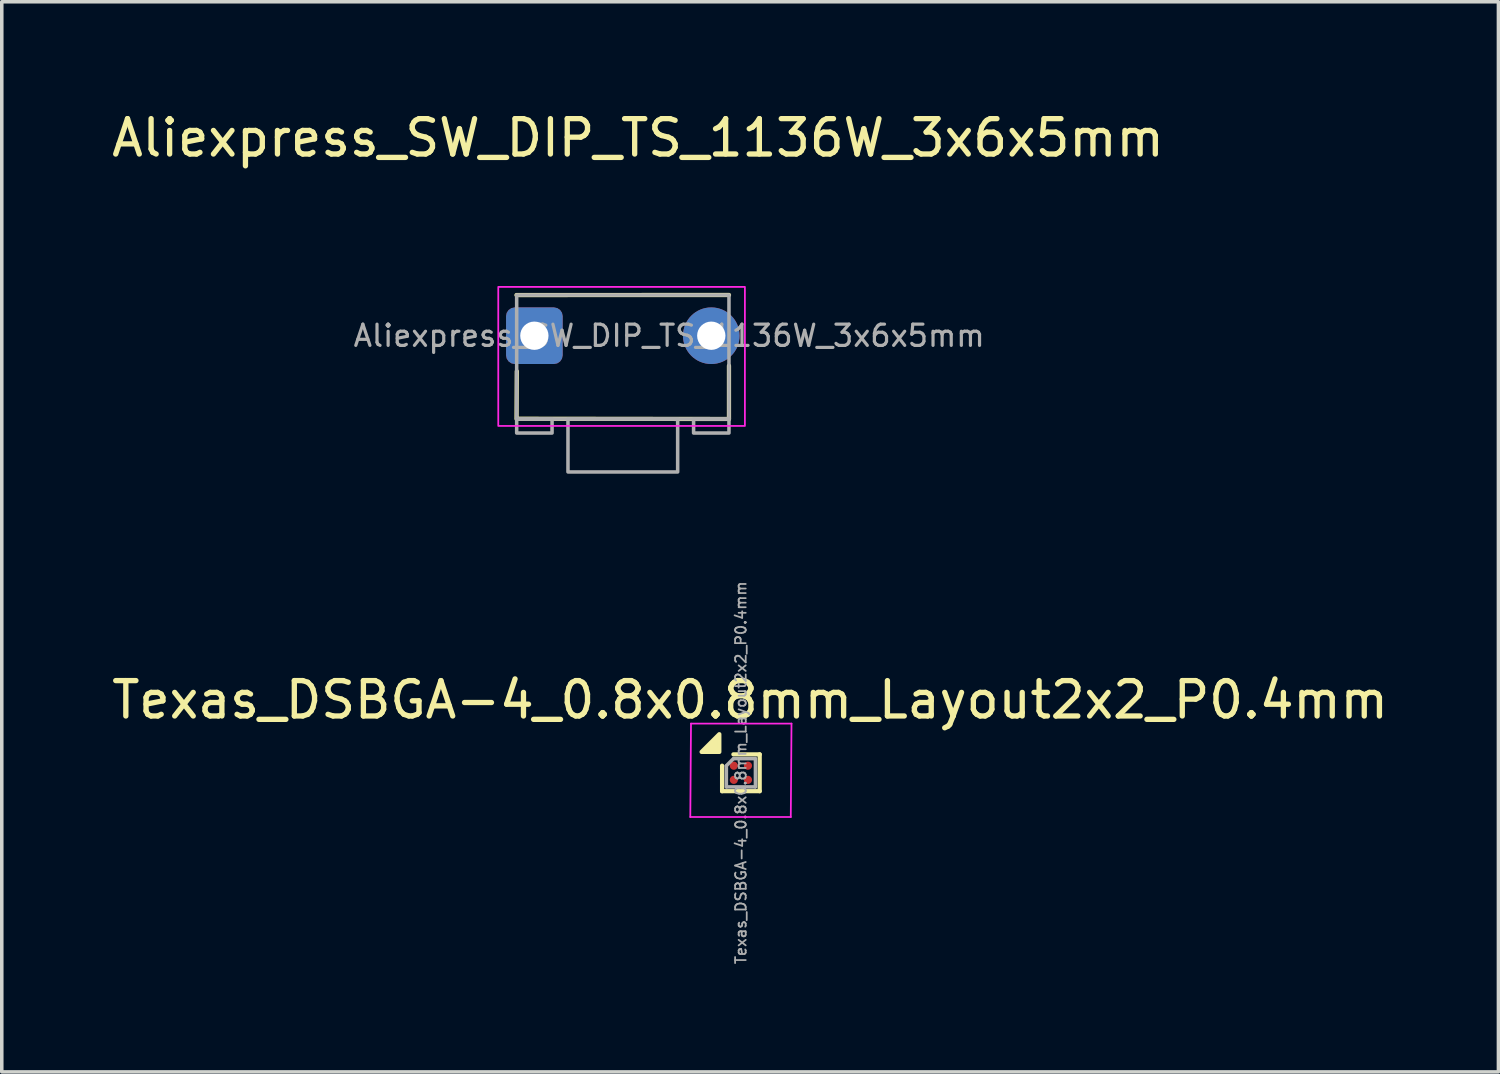
<source format=kicad_pcb>
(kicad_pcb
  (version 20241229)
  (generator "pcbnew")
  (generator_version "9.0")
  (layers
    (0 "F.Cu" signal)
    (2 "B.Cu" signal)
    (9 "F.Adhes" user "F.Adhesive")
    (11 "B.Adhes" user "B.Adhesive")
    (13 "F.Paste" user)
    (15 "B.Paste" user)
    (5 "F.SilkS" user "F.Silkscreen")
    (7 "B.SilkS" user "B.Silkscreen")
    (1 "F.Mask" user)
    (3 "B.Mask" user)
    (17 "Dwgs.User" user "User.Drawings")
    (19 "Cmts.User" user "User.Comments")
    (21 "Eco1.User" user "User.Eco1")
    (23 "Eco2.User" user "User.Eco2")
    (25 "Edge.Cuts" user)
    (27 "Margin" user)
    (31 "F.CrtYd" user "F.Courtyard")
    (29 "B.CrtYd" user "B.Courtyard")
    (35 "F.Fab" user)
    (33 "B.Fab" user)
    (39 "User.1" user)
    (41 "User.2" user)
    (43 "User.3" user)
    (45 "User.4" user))
  (footprint "Texas_DSBGA-4_0.8x0.8mm_Layout2x2_P0.4mm"
    (layer "F.Cu")
    (at 17.889 18.79)
    (property "Reference" "Texas_DSBGA-4_0.8x0.8mm_Layout2x2_P0.4mm" (at 0.26 -2.06 0) (layer "F.SilkS") (effects (font (size 1 1) (thickness 0.15))))
    (attr smd)
    (fp_line (start -0.531 -0.2) (end -0.531 0.52) (stroke (width 0.12) (type solid)) (layer "F.SilkS"))
    (fp_line (start -0.531 0.52) (end 0.531 0.52) (stroke (width 0.12) (type solid)) (layer "F.SilkS"))
    (fp_line (start 0.531 -0.52) (end -0.211 -0.52) (stroke (width 0.12) (type solid)) (layer "F.SilkS"))
    (fp_line (start 0.531 -0.52) (end 0.531 0.52) (stroke (width 0.12) (type solid)) (layer "F.SilkS"))
    (fp_poly (pts (xy -0.61 -0.59) (xy -1.11 -0.59) (xy -0.61 -1.09) (xy -0.61 -0.59)) (stroke (width 0.12) (type solid)) (fill yes) (layer "F.SilkS"))
    (fp_line (start -1.41 -1.39) (end -1.43 1.25) (stroke (width 0.05) (type solid)) (layer "F.CrtYd"))
    (fp_line (start -1.41 -1.39) (end 1.43 -1.39) (stroke (width 0.05) (type solid)) (layer "F.CrtYd"))
    (fp_line (start 1.41 1.25) (end -1.43 1.25) (stroke (width 0.05) (type solid)) (layer "F.CrtYd"))
    (fp_line (start 1.41 1.25) (end 1.43 -1.39) (stroke (width 0.05) (type solid)) (layer "F.CrtYd"))
    (fp_line (start -0.411 -0.19) (end -0.411 0.4) (stroke (width 0.1) (type solid)) (layer "F.Fab"))
    (fp_line (start -0.41 -0.2) (end -0.21 -0.4) (stroke (width 0.1) (type solid)) (layer "F.Fab"))
    (fp_line (start -0.4 0.4) (end 0.4 0.4) (stroke (width 0.1) (type solid)) (layer "F.Fab"))
    (fp_line (start 0.4 -0.4) (end -0.2 -0.4) (stroke (width 0.1) (type solid)) (layer "F.Fab"))
    (fp_line (start 0.411 0.4) (end 0.411 -0.4) (stroke (width 0.1) (type solid)) (layer "F.Fab"))
    (fp_text user "${REFERENCE}" (at 0 0 90) (layer "F.Fab") (effects (font (size 0.3 0.3) (thickness 0.05))))
    (pad "" smd rect (at -0.2 -0.2) (size 0.25 0.25) (layers "F.Paste"))
    (pad "" smd rect (at -0.2 0.2) (size 0.25 0.25) (layers "F.Paste"))
    (pad "" smd rect (at 0.2 -0.2) (size 0.25 0.25) (layers "F.Paste"))
    (pad "" smd rect (at 0.2 0.2) (size 0.25 0.25) (layers "F.Paste"))
    (pad "A1" smd circle (at -0.2 -0.2) (size 0.23 0.23) (property pad_prop_bga) (layers "F.Cu" "F.Mask" "F.Paste"))
    (pad "A2" smd circle (at 0.2 -0.2) (size 0.23 0.23) (property pad_prop_bga) (layers "F.Cu" "F.Mask" "F.Paste"))
    (pad "B1" smd circle (at -0.2 0.2) (size 0.23 0.23) (property pad_prop_bga) (layers "F.Cu" "F.Mask" "F.Paste"))
    (pad "B2" smd circle (at 0.2 0.2) (size 0.23 0.23) (property pad_prop_bga) (layers "F.Cu" "F.Mask" "F.Paste")))
  (footprint "Aliexpress_SW_DIP_TS_1136W_3x6x5mm"
    (layer "F.Cu")
    (at 12.052 6.438)
    (property "Reference" "Aliexpress_SW_DIP_TS_1136W_3x6x5mm" (at 2.93 -5.59 0) (layer "F.SilkS") (effects (font (size 1 1) (thickness 0.15))))
    (attr through_hole)
    (fp_line (start -0.505 -1.149) (end 5.5 -1.151) (stroke (width 0.12) (type solid)) (layer "F.SilkS"))
    (fp_line (start -0.496 1.005) (end -0.504 2.35) (stroke (width 0.12) (type solid)) (layer "F.SilkS"))
    (fp_line (start -0.459 2.346) (end 5.5 2.353) (stroke (width 0.12) (type solid)) (layer "F.SilkS"))
    (fp_line (start 5.5 0.85) (end 5.5 2.35) (stroke (width 0.12) (type solid)) (layer "F.SilkS"))
    (fp_rect (start -1.02 -1.38) (end 5.95 2.55) (stroke (width 0.05) (type solid)) (fill no) (layer "F.CrtYd"))
    (fp_rect (start -0.5 -1.15) (end 5.5 2.35) (stroke (width 0.1) (type solid)) (fill no) (layer "F.Fab"))
    (fp_rect (start -0.5 2.35) (end 0.5 2.75) (stroke (width 0.1) (type solid)) (fill no) (layer "F.Fab"))
    (fp_rect (start 0.95 2.35) (end 4.05 3.85) (stroke (width 0.1) (type solid)) (fill no) (layer "F.Fab"))
    (fp_rect (start 4.5 2.35) (end 5.5 2.75) (stroke (width 0.1) (type solid)) (fill no) (layer "F.Fab"))
    (fp_text user "${REFERENCE}" (at 3.81 0 0) (layer "F.Fab") (effects (font (size 0.6 0.6) (thickness 0.09))))
    (pad "1" thru_hole roundrect (at 0 0) (size 1.6 1.6) (drill 0.8) (layers "*.Cu" "*.Mask") (roundrect_rratio 0.156))
    (pad "2" thru_hole circle (at 5 0) (size 1.6 1.6) (drill 0.8) (layers "*.Cu" "*.Mask")))
  (gr_rect
    (start -3 -3)
    (end 39.298 27.243)
    (stroke (width 0.1) (type default))
    (fill no)
    (layer "Edge.Cuts")))
</source>
